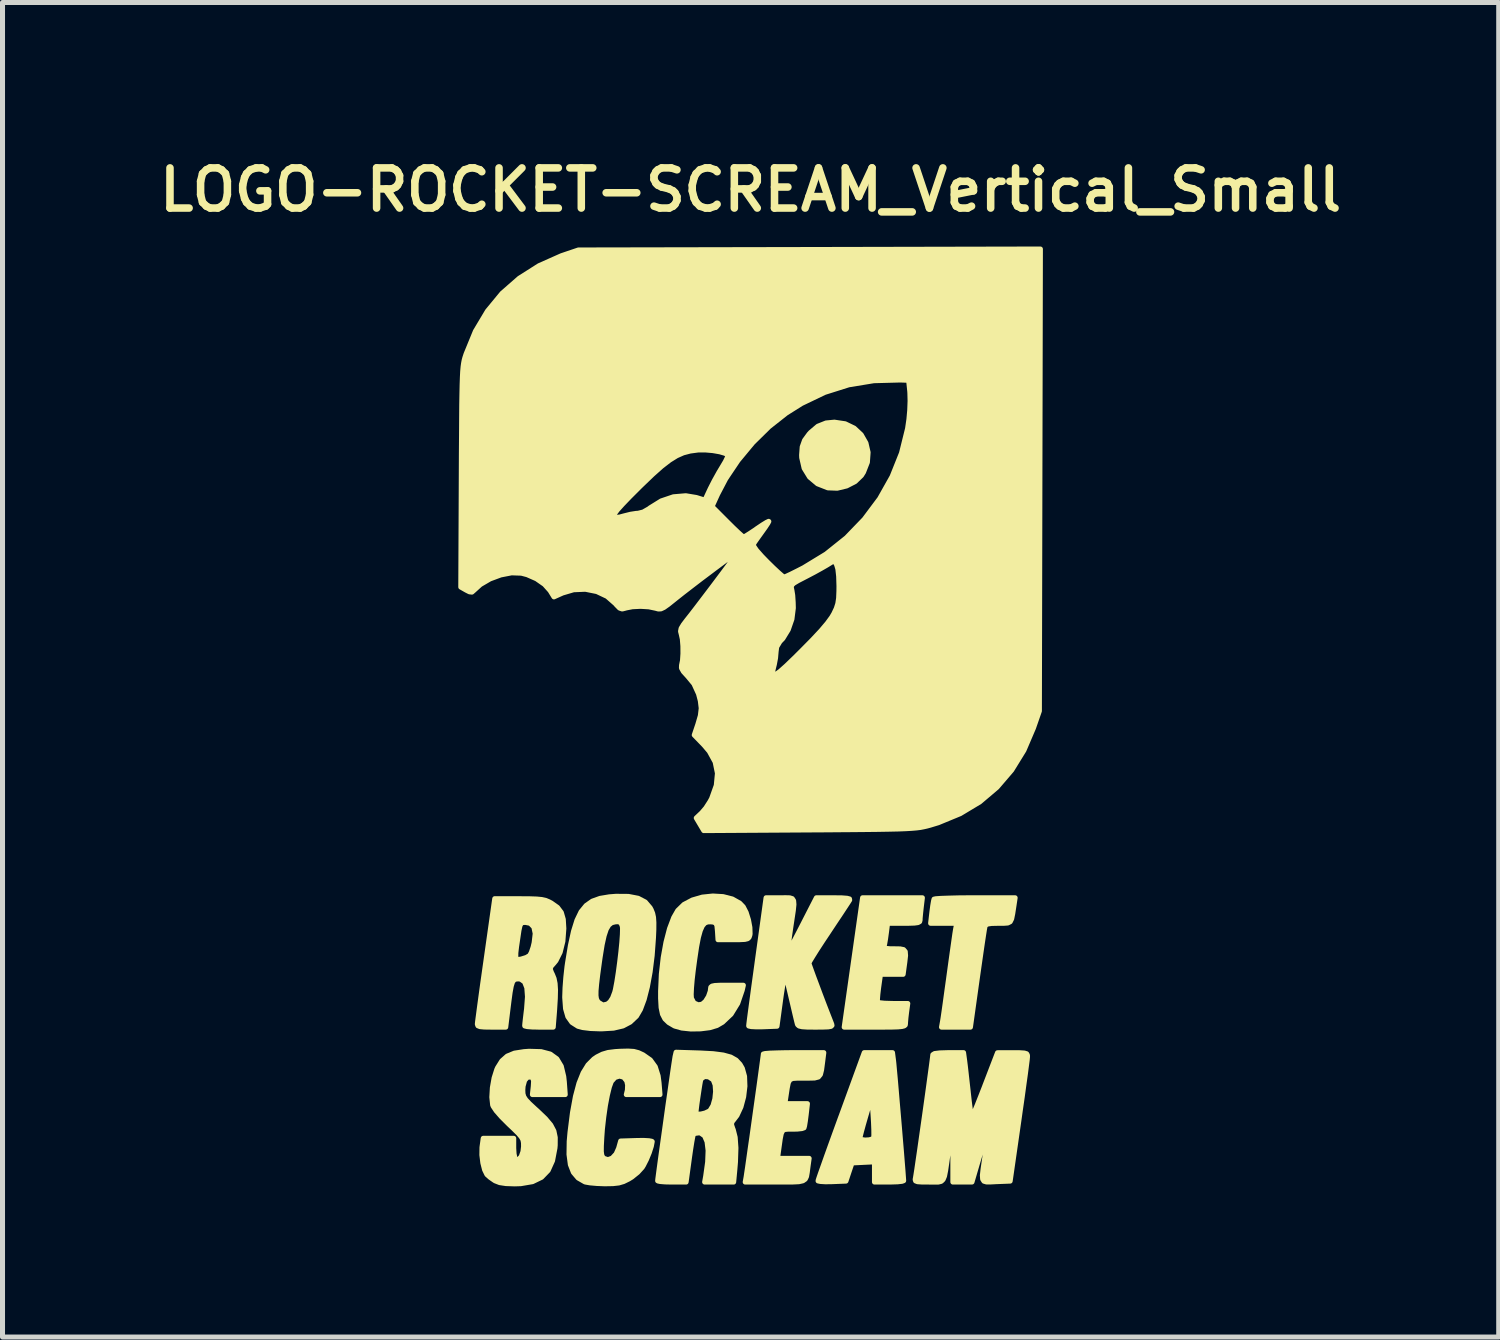
<source format=kicad_pcb>
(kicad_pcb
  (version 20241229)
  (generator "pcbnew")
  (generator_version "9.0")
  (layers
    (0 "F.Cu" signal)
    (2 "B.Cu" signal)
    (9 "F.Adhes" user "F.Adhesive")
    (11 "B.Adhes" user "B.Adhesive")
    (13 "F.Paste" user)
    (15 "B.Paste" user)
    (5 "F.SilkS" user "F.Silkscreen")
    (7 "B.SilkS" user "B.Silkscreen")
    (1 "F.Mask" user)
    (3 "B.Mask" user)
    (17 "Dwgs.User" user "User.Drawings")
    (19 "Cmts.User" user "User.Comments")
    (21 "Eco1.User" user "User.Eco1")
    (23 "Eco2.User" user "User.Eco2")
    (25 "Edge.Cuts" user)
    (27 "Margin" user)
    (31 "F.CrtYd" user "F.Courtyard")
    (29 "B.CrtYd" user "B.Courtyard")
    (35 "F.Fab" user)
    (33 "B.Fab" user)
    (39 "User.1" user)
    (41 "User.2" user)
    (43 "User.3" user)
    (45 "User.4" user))
  (footprint "LOGO-ROCKET-SCREAM_Vertical_Small"
    (layer "F.Cu")
    (at 11.897 11.526)
    (property "Reference" "LOGO-ROCKET-SCREAM_Vertical_Small" (at 0 -10.795 0) (layer "F.SilkS") (effects (font (size 0.8 0.8) (thickness 0.15))))
    (attr through_hole)
    (fp_poly (pts (xy 2.34 -5.568) (xy 2.326 -5.371) (xy 2.249 -5.174) (xy 2.207 -5.107) (xy 2.081 -4.986) (xy 1.912 -4.899) (xy 1.725 -4.854) (xy 1.544 -4.861) (xy 1.537 -4.862) (xy 1.333 -4.942) (xy 1.174 -5.076) (xy 1.066 -5.252) (xy 1.018 -5.462) (xy 1.016 -5.514) (xy 1.028 -5.678) (xy 1.074 -5.807) (xy 1.165 -5.932) (xy 1.193 -5.963) (xy 1.34 -6.088) (xy 1.503 -6.153) (xy 1.669 -6.169) (xy 1.883 -6.137) (xy 2.063 -6.05) (xy 2.203 -5.919) (xy 2.297 -5.754) (xy 2.34 -5.568)) (stroke (width 0.1) (type solid)) (fill yes) (layer "F.SilkS"))
    (fp_poly (pts (xy 5.268 3.302) (xy 5.245 3.456) (xy 5.22 3.618) (xy 5.199 3.721) (xy 5.17 3.779) (xy 5.122 3.804) (xy 5.042 3.81) (xy 4.934 3.81) (xy 4.798 3.813) (xy 4.719 3.825) (xy 4.679 3.849) (xy 4.668 3.873) (xy 4.658 3.925) (xy 4.64 4.039) (xy 4.615 4.204) (xy 4.585 4.411) (xy 4.551 4.649) (xy 4.514 4.908) (xy 4.378 5.878) (xy 4.09 5.878) (xy 3.802 5.878) (xy 3.823 5.76) (xy 3.834 5.691) (xy 3.853 5.561) (xy 3.878 5.384) (xy 3.907 5.172) (xy 3.94 4.936) (xy 3.955 4.826) (xy 3.988 4.585) (xy 4.019 4.363) (xy 4.046 4.172) (xy 4.067 4.024) (xy 4.082 3.931) (xy 4.086 3.91) (xy 4.106 3.81) (xy 3.846 3.81) (xy 3.585 3.81) (xy 3.611 3.583) (xy 3.627 3.461) (xy 3.643 3.368) (xy 3.653 3.329) (xy 3.692 3.321) (xy 3.794 3.314) (xy 3.946 3.309) (xy 4.14 3.304) (xy 4.363 3.302) (xy 4.468 3.302) (xy 5.268 3.302)) (stroke (width 0.1) (type solid)) (fill yes) (layer "F.SilkS"))
    (fp_poly (pts (xy 3.421 3.302) (xy 3.398 3.493) (xy 3.385 3.614) (xy 3.376 3.712) (xy 3.375 3.747) (xy 3.367 3.777) (xy 3.333 3.796) (xy 3.261 3.806) (xy 3.136 3.81) (xy 3.051 3.81) (xy 2.728 3.81) (xy 2.704 4) (xy 2.687 4.122) (xy 2.67 4.221) (xy 2.662 4.255) (xy 2.661 4.29) (xy 2.692 4.309) (xy 2.771 4.317) (xy 2.864 4.318) (xy 2.977 4.32) (xy 3.046 4.334) (xy 3.08 4.374) (xy 3.086 4.453) (xy 3.071 4.585) (xy 3.061 4.658) (xy 3.038 4.826) (xy 2.812 4.826) (xy 2.587 4.826) (xy 2.55 5.089) (xy 2.534 5.221) (xy 2.526 5.324) (xy 2.528 5.377) (xy 2.529 5.379) (xy 2.57 5.392) (xy 2.665 5.402) (xy 2.796 5.406) (xy 2.837 5.407) (xy 3.13 5.407) (xy 3.107 5.575) (xy 3.093 5.692) (xy 3.085 5.787) (xy 3.084 5.811) (xy 3.08 5.836) (xy 3.06 5.853) (xy 3.014 5.865) (xy 2.933 5.873) (xy 2.806 5.877) (xy 2.622 5.878) (xy 2.474 5.878) (xy 1.864 5.878) (xy 2.047 4.59) (xy 2.23 3.302) (xy 2.826 3.302) (xy 3.421 3.302)) (stroke (width 0.1) (type solid)) (fill yes) (layer "F.SilkS"))
    (fp_poly (pts (xy 3.048 8.936) (xy 3.015 8.948) (xy 2.926 8.958) (xy 2.799 8.962) (xy 2.758 8.963) (xy 2.467 8.963) (xy 2.467 8.761) (xy 2.467 8.56) (xy 2.455 8.561) (xy 2.455 8.03) (xy 2.454 7.921) (xy 2.448 7.774) (xy 2.44 7.64) (xy 2.413 7.243) (xy 2.295 7.646) (xy 2.248 7.809) (xy 2.21 7.948) (xy 2.185 8.047) (xy 2.177 8.089) (xy 2.208 8.116) (xy 2.279 8.127) (xy 2.363 8.122) (xy 2.43 8.103) (xy 2.45 8.083) (xy 2.455 8.03) (xy 2.455 8.561) (xy 2.244 8.571) (xy 2.02 8.582) (xy 1.959 8.763) (xy 1.899 8.944) (xy 1.621 8.955) (xy 1.489 8.957) (xy 1.391 8.951) (xy 1.344 8.941) (xy 1.343 8.937) (xy 1.355 8.898) (xy 1.389 8.798) (xy 1.443 8.646) (xy 1.513 8.448) (xy 1.597 8.214) (xy 1.693 7.949) (xy 1.797 7.663) (xy 1.803 7.648) (xy 2.263 6.386) (xy 2.544 6.386) (xy 2.826 6.386) (xy 2.846 6.54) (xy 2.853 6.604) (xy 2.864 6.727) (xy 2.88 6.899) (xy 2.898 7.108) (xy 2.918 7.345) (xy 2.94 7.599) (xy 2.962 7.858) (xy 2.983 8.112) (xy 3.003 8.35) (xy 3.02 8.562) (xy 3.034 8.736) (xy 3.043 8.862) (xy 3.048 8.93) (xy 3.048 8.936)) (stroke (width 0.1) (type solid)) (fill yes) (layer "F.SilkS"))
    (fp_poly (pts (xy 1.458 6.386) (xy 1.434 6.577) (xy 1.414 6.728) (xy 1.391 6.821) (xy 1.35 6.871) (xy 1.274 6.891) (xy 1.148 6.894) (xy 1.071 6.894) (xy 0.929 6.894) (xy 0.837 6.9) (xy 0.782 6.926) (xy 0.751 6.985) (xy 0.73 7.09) (xy 0.706 7.248) (xy 0.683 7.402) (xy 0.908 7.402) (xy 1.132 7.402) (xy 1.106 7.629) (xy 1.09 7.752) (xy 1.075 7.844) (xy 1.064 7.883) (xy 1.022 7.898) (xy 0.93 7.908) (xy 0.836 7.91) (xy 0.742 7.91) (xy 0.678 7.916) (xy 0.637 7.942) (xy 0.611 7.999) (xy 0.591 8.099) (xy 0.569 8.255) (xy 0.56 8.319) (xy 0.536 8.491) (xy 0.851 8.491) (xy 1.166 8.491) (xy 1.142 8.663) (xy 1.128 8.773) (xy 1.114 8.852) (xy 1.089 8.905) (xy 1.041 8.938) (xy 0.961 8.956) (xy 0.838 8.962) (xy 0.661 8.963) (xy 0.488 8.963) (xy -0.107 8.963) (xy -0.089 8.863) (xy -0.08 8.801) (xy -0.062 8.682) (xy -0.038 8.513) (xy -0.009 8.307) (xy 0.025 8.073) (xy 0.06 7.822) (xy 0.096 7.564) (xy 0.132 7.308) (xy 0.166 7.066) (xy 0.196 6.847) (xy 0.221 6.663) (xy 0.24 6.522) (xy 0.252 6.435) (xy 0.254 6.413) (xy 0.288 6.404) (xy 0.383 6.396) (xy 0.527 6.391) (xy 0.707 6.387) (xy 0.856 6.386) (xy 1.458 6.386)) (stroke (width 0.1) (type solid)) (fill yes) (layer "F.SilkS"))
    (fp_poly (pts (xy -1.804 7.221) (xy -2.14 7.221) (xy -2.475 7.221) (xy -2.453 7.133) (xy -2.449 7.03) (xy -2.466 6.951) (xy -2.526 6.875) (xy -2.612 6.852) (xy -2.702 6.881) (xy -2.773 6.961) (xy -2.812 7.068) (xy -2.852 7.232) (xy -2.891 7.437) (xy -2.924 7.667) (xy -2.951 7.907) (xy -2.963 8.074) (xy -2.972 8.244) (xy -2.973 8.356) (xy -2.964 8.426) (xy -2.944 8.468) (xy -2.923 8.49) (xy -2.841 8.518) (xy -2.755 8.486) (xy -2.678 8.403) (xy -2.628 8.29) (xy -2.588 8.146) (xy -2.274 8.136) (xy -2.133 8.134) (xy -2.025 8.14) (xy -1.966 8.151) (xy -1.959 8.157) (xy -1.976 8.248) (xy -2.017 8.376) (xy -2.073 8.512) (xy -2.134 8.632) (xy -2.158 8.671) (xy -2.248 8.77) (xy -2.368 8.866) (xy -2.428 8.903) (xy -2.53 8.953) (xy -2.625 8.981) (xy -2.74 8.994) (xy -2.902 8.997) (xy -2.908 8.997) (xy -3.061 8.991) (xy -3.196 8.979) (xy -3.288 8.963) (xy -3.302 8.958) (xy -3.434 8.882) (xy -3.529 8.77) (xy -3.589 8.616) (xy -3.616 8.412) (xy -3.612 8.152) (xy -3.596 7.973) (xy -3.547 7.583) (xy -3.488 7.259) (xy -3.418 6.996) (xy -3.335 6.788) (xy -3.237 6.629) (xy -3.121 6.513) (xy -3.058 6.47) (xy -2.95 6.416) (xy -2.838 6.383) (xy -2.694 6.365) (xy -2.598 6.359) (xy -2.439 6.355) (xy -2.326 6.362) (xy -2.235 6.386) (xy -2.142 6.429) (xy -1.996 6.531) (xy -1.898 6.667) (xy -1.841 6.849) (xy -1.823 6.987) (xy -1.804 7.221)) (stroke (width 0.1) (type solid)) (fill yes) (layer "F.SilkS"))
    (fp_poly (pts (xy -0.01 4.019) (xy -0.015 4.048) (xy -0.03 4.091) (xy -0.058 4.117) (xy -0.115 4.131) (xy -0.216 4.136) (xy -0.343 4.137) (xy -0.649 4.137) (xy -0.66 3.964) (xy -0.67 3.86) (xy -0.692 3.807) (xy -0.74 3.786) (xy -0.787 3.781) (xy -0.856 3.782) (xy -0.913 3.806) (xy -0.96 3.861) (xy -1.001 3.953) (xy -1.039 4.089) (xy -1.075 4.278) (xy -1.112 4.526) (xy -1.142 4.749) (xy -1.163 4.931) (xy -1.177 5.096) (xy -1.183 5.225) (xy -1.179 5.301) (xy -1.179 5.301) (xy -1.129 5.396) (xy -1.042 5.434) (xy -0.965 5.421) (xy -0.9 5.366) (xy -0.84 5.27) (xy -0.803 5.163) (xy -0.798 5.118) (xy -0.793 5.083) (xy -0.769 5.061) (xy -0.711 5.049) (xy -0.607 5.044) (xy -0.471 5.044) (xy -0.144 5.044) (xy -0.167 5.144) (xy -0.256 5.404) (xy -0.388 5.619) (xy -0.558 5.78) (xy -0.671 5.846) (xy -0.815 5.889) (xy -0.997 5.912) (xy -1.19 5.915) (xy -1.37 5.896) (xy -1.509 5.857) (xy -1.521 5.851) (xy -1.63 5.787) (xy -1.706 5.714) (xy -1.755 5.619) (xy -1.782 5.488) (xy -1.792 5.307) (xy -1.792 5.159) (xy -1.777 4.821) (xy -1.74 4.493) (xy -1.685 4.188) (xy -1.615 3.918) (xy -1.531 3.696) (xy -1.451 3.556) (xy -1.327 3.435) (xy -1.158 3.346) (xy -0.962 3.289) (xy -0.753 3.267) (xy -0.548 3.279) (xy -0.364 3.326) (xy -0.215 3.41) (xy -0.146 3.482) (xy -0.088 3.595) (xy -0.042 3.742) (xy -0.014 3.893) (xy -0.01 4.019)) (stroke (width 0.1) (type solid)) (fill yes) (layer "F.SilkS"))
    (fp_poly (pts (xy -1.926 3.795) (xy -1.927 3.94) (xy -1.934 4.098) (xy -1.96 4.451) (xy -2.001 4.78) (xy -2.055 5.074) (xy -2.119 5.325) (xy -2.193 5.524) (xy -2.272 5.659) (xy -2.276 5.663) (xy -2.398 5.778) (xy -2.544 5.855) (xy -2.55 5.856) (xy -2.55 3.916) (xy -2.554 3.87) (xy -2.582 3.8) (xy -2.634 3.778) (xy -2.695 3.781) (xy -2.767 3.799) (xy -2.825 3.846) (xy -2.874 3.929) (xy -2.916 4.056) (xy -2.956 4.236) (xy -2.995 4.477) (xy -3.01 4.581) (xy -3.044 4.83) (xy -3.066 5.017) (xy -3.078 5.154) (xy -3.079 5.249) (xy -3.07 5.314) (xy -3.05 5.358) (xy -3.027 5.386) (xy -2.941 5.438) (xy -2.853 5.419) (xy -2.798 5.374) (xy -2.749 5.298) (xy -2.706 5.184) (xy -2.692 5.129) (xy -2.663 4.974) (xy -2.634 4.787) (xy -2.607 4.584) (xy -2.583 4.38) (xy -2.564 4.19) (xy -2.553 4.031) (xy -2.55 3.916) (xy -2.55 5.856) (xy -2.729 5.898) (xy -2.967 5.912) (xy -2.994 5.912) (xy -3.187 5.905) (xy -3.343 5.886) (xy -3.437 5.861) (xy -3.558 5.784) (xy -3.639 5.67) (xy -3.685 5.51) (xy -3.701 5.292) (xy -3.701 5.27) (xy -3.695 5.095) (xy -3.679 4.884) (xy -3.656 4.674) (xy -3.645 4.599) (xy -3.588 4.253) (xy -3.527 3.972) (xy -3.458 3.75) (xy -3.376 3.58) (xy -3.275 3.456) (xy -3.151 3.369) (xy -2.998 3.314) (xy -2.812 3.283) (xy -2.682 3.273) (xy -2.432 3.275) (xy -2.24 3.312) (xy -2.098 3.386) (xy -2 3.501) (xy -1.979 3.54) (xy -1.95 3.612) (xy -1.933 3.691) (xy -1.926 3.795)) (stroke (width 0.1) (type solid)) (fill yes) (layer "F.SilkS"))
    (fp_poly (pts (xy -3.691 7.221) (xy -4.018 7.221) (xy -4.345 7.221) (xy -4.327 7.058) (xy -4.321 6.952) (xy -4.336 6.896) (xy -4.373 6.871) (xy -4.445 6.875) (xy -4.5 6.94) (xy -4.531 7.055) (xy -4.536 7.133) (xy -4.533 7.204) (xy -4.516 7.263) (xy -4.478 7.323) (xy -4.407 7.399) (xy -4.294 7.504) (xy -4.248 7.545) (xy -4.088 7.698) (xy -3.98 7.826) (xy -3.917 7.946) (xy -3.89 8.075) (xy -3.891 8.23) (xy -3.896 8.287) (xy -3.944 8.538) (xy -4.031 8.731) (xy -4.163 8.868) (xy -4.343 8.955) (xy -4.577 8.995) (xy -4.698 8.999) (xy -4.873 8.993) (xy -4.996 8.974) (xy -5.086 8.939) (xy -5.098 8.932) (xy -5.186 8.871) (xy -5.249 8.815) (xy -5.251 8.813) (xy -5.297 8.719) (xy -5.332 8.581) (xy -5.351 8.424) (xy -5.349 8.276) (xy -5.347 8.257) (xy -5.324 8.092) (xy -5.021 8.092) (xy -4.717 8.092) (xy -4.717 8.289) (xy -4.71 8.403) (xy -4.693 8.486) (xy -4.677 8.511) (xy -4.62 8.513) (xy -4.568 8.457) (xy -4.533 8.358) (xy -4.521 8.257) (xy -4.522 8.183) (xy -4.533 8.123) (xy -4.565 8.065) (xy -4.625 7.994) (xy -4.724 7.896) (xy -4.815 7.81) (xy -4.959 7.666) (xy -5.066 7.544) (xy -5.127 7.452) (xy -5.137 7.426) (xy -5.153 7.273) (xy -5.142 7.084) (xy -5.108 6.891) (xy -5.055 6.723) (xy -5.039 6.687) (xy -4.953 6.55) (xy -4.846 6.455) (xy -4.703 6.396) (xy -4.511 6.366) (xy -4.412 6.359) (xy -4.172 6.366) (xy -3.99 6.414) (xy -3.858 6.509) (xy -3.77 6.656) (xy -3.721 6.861) (xy -3.709 6.97) (xy -3.691 7.221)) (stroke (width 0.1) (type solid)) (fill yes) (layer "F.SilkS"))
    (fp_poly (pts (xy -0.113 7.055) (xy -0.138 7.265) (xy -0.192 7.467) (xy -0.271 7.637) (xy -0.329 7.713) (xy -0.373 7.769) (xy -0.38 7.821) (xy -0.353 7.902) (xy -0.345 7.921) (xy -0.307 8.072) (xy -0.292 8.284) (xy -0.301 8.561) (xy -0.314 8.718) (xy -0.337 8.963) (xy -0.626 8.963) (xy -0.697 8.963) (xy -0.697 7.163) (xy -0.706 7.029) (xy -0.742 6.933) (xy -0.749 6.924) (xy -0.832 6.868) (xy -0.916 6.861) (xy -0.979 6.901) (xy -0.996 6.94) (xy -1.011 7.022) (xy -1.03 7.144) (xy -1.051 7.284) (xy -1.07 7.419) (xy -1.083 7.527) (xy -1.089 7.586) (xy -1.06 7.61) (xy -0.99 7.609) (xy -0.904 7.588) (xy -0.828 7.552) (xy -0.805 7.534) (xy -0.749 7.44) (xy -0.712 7.308) (xy -0.697 7.163) (xy -0.697 8.963) (xy -0.915 8.963) (xy -0.894 8.845) (xy -0.855 8.565) (xy -0.846 8.336) (xy -0.867 8.16) (xy -0.917 8.043) (xy -0.996 7.987) (xy -1.03 7.983) (xy -1.106 7.994) (xy -1.139 8.013) (xy -1.151 8.059) (xy -1.17 8.161) (xy -1.193 8.307) (xy -1.218 8.48) (xy -1.221 8.503) (xy -1.284 8.963) (xy -1.568 8.963) (xy -1.7 8.96) (xy -1.8 8.952) (xy -1.848 8.941) (xy -1.851 8.938) (xy -1.846 8.893) (xy -1.832 8.786) (xy -1.811 8.628) (xy -1.784 8.43) (xy -1.752 8.2) (xy -1.717 7.951) (xy -1.681 7.691) (xy -1.645 7.432) (xy -1.609 7.183) (xy -1.577 6.956) (xy -1.549 6.76) (xy -1.526 6.605) (xy -1.51 6.502) (xy -1.504 6.464) (xy -1.484 6.378) (xy -1.005 6.393) (xy -0.744 6.407) (xy -0.545 6.433) (xy -0.396 6.474) (xy -0.288 6.535) (xy -0.21 6.619) (xy -0.164 6.699) (xy -0.12 6.858) (xy -0.113 7.055)) (stroke (width 0.1) (type solid)) (fill yes) (layer "F.SilkS"))
    (fp_poly (pts (xy 1.973 3.347) (xy 1.973 3.347) (xy 1.945 3.391) (xy 1.884 3.484) (xy 1.796 3.618) (xy 1.687 3.781) (xy 1.565 3.965) (xy 1.554 3.982) (xy 1.432 4.165) (xy 1.326 4.328) (xy 1.242 4.462) (xy 1.185 4.556) (xy 1.161 4.601) (xy 1.161 4.602) (xy 1.173 4.643) (xy 1.207 4.738) (xy 1.257 4.876) (xy 1.32 5.044) (xy 1.389 5.229) (xy 1.461 5.419) (xy 1.531 5.6) (xy 1.594 5.761) (xy 1.615 5.815) (xy 1.621 5.844) (xy 1.601 5.863) (xy 1.544 5.873) (xy 1.437 5.877) (xy 1.294 5.878) (xy 1.131 5.877) (xy 1.026 5.87) (xy 0.966 5.856) (xy 0.938 5.832) (xy 0.931 5.815) (xy 0.916 5.755) (xy 0.889 5.642) (xy 0.854 5.492) (xy 0.817 5.334) (xy 0.777 5.163) (xy 0.741 5.012) (xy 0.713 4.899) (xy 0.698 4.844) (xy 0.685 4.851) (xy 0.666 4.921) (xy 0.641 5.046) (xy 0.614 5.218) (xy 0.6 5.316) (xy 0.526 5.86) (xy 0.245 5.871) (xy 0.112 5.872) (xy 0.013 5.867) (xy -0.036 5.856) (xy -0.038 5.853) (xy -0.034 5.811) (xy -0.021 5.706) (xy 0.000173 5.546) (xy 0.028 5.339) (xy 0.061 5.094) (xy 0.099 4.819) (xy 0.134 4.563) (xy 0.308 3.302) (xy 0.59 3.302) (xy 0.7 3.301) (xy 0.779 3.303) (xy 0.83 3.319) (xy 0.857 3.36) (xy 0.863 3.435) (xy 0.851 3.554) (xy 0.825 3.727) (xy 0.799 3.9) (xy 0.774 4.075) (xy 0.755 4.223) (xy 0.743 4.329) (xy 0.74 4.379) (xy 0.741 4.381) (xy 0.76 4.355) (xy 0.807 4.273) (xy 0.875 4.148) (xy 0.958 3.989) (xy 1.031 3.847) (xy 1.31 3.302) (xy 1.655 3.302) (xy 1.82 3.304) (xy 1.922 3.312) (xy 1.97 3.325) (xy 1.973 3.347)) (stroke (width 0.1) (type solid)) (fill yes) (layer "F.SilkS"))
    (fp_poly (pts (xy -3.719 3.915) (xy -3.738 4.169) (xy -3.792 4.387) (xy -3.876 4.555) (xy -3.915 4.603) (xy -3.975 4.671) (xy -3.99 4.722) (xy -3.965 4.79) (xy -3.946 4.828) (xy -3.913 4.91) (xy -3.893 5.009) (xy -3.885 5.137) (xy -3.889 5.309) (xy -3.903 5.536) (xy -3.906 5.579) (xy -3.93 5.878) (xy -4.215 5.878) (xy -4.289 5.876) (xy -4.289 4.014) (xy -4.316 3.885) (xy -4.388 3.811) (xy -4.482 3.792) (xy -4.536 3.795) (xy -4.57 3.813) (xy -4.593 3.86) (xy -4.613 3.953) (xy -4.632 4.082) (xy -4.66 4.272) (xy -4.675 4.401) (xy -4.676 4.48) (xy -4.661 4.52) (xy -4.629 4.531) (xy -4.578 4.524) (xy -4.563 4.521) (xy -4.467 4.491) (xy -4.4 4.452) (xy -4.4 4.452) (xy -4.367 4.392) (xy -4.332 4.288) (xy -4.31 4.196) (xy -4.289 4.014) (xy -4.289 5.876) (xy -4.348 5.875) (xy -4.448 5.867) (xy -4.497 5.855) (xy -4.499 5.851) (xy -4.495 5.805) (xy -4.484 5.705) (xy -4.468 5.57) (xy -4.461 5.515) (xy -4.443 5.273) (xy -4.456 5.094) (xy -4.501 4.978) (xy -4.578 4.923) (xy -4.624 4.917) (xy -4.675 4.921) (xy -4.713 4.939) (xy -4.742 4.983) (xy -4.766 5.061) (xy -4.789 5.186) (xy -4.813 5.366) (xy -4.829 5.495) (xy -4.876 5.878) (xy -5.159 5.878) (xy -5.303 5.876) (xy -5.388 5.868) (xy -5.43 5.851) (xy -5.441 5.821) (xy -5.441 5.815) (xy -5.436 5.765) (xy -5.421 5.652) (xy -5.399 5.485) (xy -5.37 5.272) (xy -5.336 5.023) (xy -5.297 4.747) (xy -5.267 4.536) (xy -5.095 3.32) (xy -4.607 3.321) (xy -4.405 3.322) (xy -4.26 3.327) (xy -4.158 3.337) (xy -4.081 3.354) (xy -4.015 3.382) (xy -3.968 3.407) (xy -3.846 3.493) (xy -3.769 3.595) (xy -3.73 3.731) (xy -3.719 3.915)) (stroke (width 0.1) (type solid)) (fill yes) (layer "F.SilkS"))
    (fp_poly (pts (xy 5.514 6.468) (xy 5.509 6.523) (xy 5.494 6.64) (xy 5.472 6.811) (xy 5.442 7.026) (xy 5.408 7.277) (xy 5.368 7.554) (xy 5.341 7.747) (xy 5.169 8.944) (xy 4.889 8.955) (xy 4.777 8.961) (xy 4.698 8.961) (xy 4.647 8.946) (xy 4.621 8.906) (xy 4.616 8.83) (xy 4.629 8.709) (xy 4.655 8.532) (xy 4.678 8.382) (xy 4.702 8.21) (xy 4.722 8.066) (xy 4.733 7.965) (xy 4.736 7.919) (xy 4.736 7.918) (xy 4.722 7.946) (xy 4.691 8.033) (xy 4.647 8.168) (xy 4.592 8.342) (xy 4.532 8.542) (xy 4.475 8.736) (xy 4.409 8.962) (xy 4.218 8.963) (xy 4.028 8.963) (xy 4.028 8.43) (xy 4.027 8.245) (xy 4.024 8.089) (xy 4.02 7.976) (xy 4.015 7.918) (xy 4.013 7.913) (xy 4.002 7.953) (xy 3.984 8.05) (xy 3.962 8.189) (xy 3.939 8.346) (xy 3.908 8.57) (xy 3.884 8.733) (xy 3.862 8.844) (xy 3.834 8.912) (xy 3.796 8.949) (xy 3.74 8.963) (xy 3.661 8.964) (xy 3.553 8.963) (xy 3.552 8.963) (xy 3.409 8.962) (xy 3.325 8.956) (xy 3.286 8.941) (xy 3.277 8.913) (xy 3.283 8.881) (xy 3.292 8.826) (xy 3.31 8.711) (xy 3.334 8.546) (xy 3.364 8.342) (xy 3.397 8.109) (xy 3.433 7.857) (xy 3.47 7.597) (xy 3.506 7.34) (xy 3.54 7.095) (xy 3.57 6.874) (xy 3.596 6.685) (xy 3.615 6.541) (xy 3.626 6.452) (xy 3.629 6.427) (xy 3.664 6.404) (xy 3.77 6.391) (xy 3.935 6.386) (xy 4.241 6.386) (xy 4.262 6.54) (xy 4.274 6.635) (xy 4.291 6.783) (xy 4.311 6.964) (xy 4.333 7.159) (xy 4.335 7.18) (xy 4.355 7.359) (xy 4.374 7.51) (xy 4.389 7.621) (xy 4.4 7.676) (xy 4.401 7.679) (xy 4.418 7.652) (xy 4.456 7.566) (xy 4.512 7.433) (xy 4.58 7.262) (xy 4.658 7.063) (xy 4.666 7.041) (xy 4.917 6.388) (xy 5.216 6.387) (xy 5.363 6.388) (xy 5.452 6.394) (xy 5.497 6.408) (xy 5.513 6.436) (xy 5.514 6.468)) (stroke (width 0.1) (type solid)) (fill yes) (layer "F.SilkS"))
    (fp_poly (pts (xy 5.771 -9.617) (xy 5.761 -5.017) (xy 5.751 -0.417) (xy 5.633 -0.078) (xy 5.443 0.366) (xy 5.2 0.76) (xy 4.907 1.102) (xy 4.565 1.392) (xy 4.174 1.627) (xy 3.738 1.807) (xy 3.574 1.857) (xy 3.511 1.874) (xy 3.449 1.888) (xy 3.382 1.901) (xy 3.304 1.911) (xy 3.209 1.919) (xy 3.176 1.921) (xy 3.176 -6.593) (xy 3.172 -6.749) (xy 3.17 -6.78) (xy 3.147 -7.003) (xy 2.979 -7.009) (xy 2.454 -6.995) (xy 1.954 -6.913) (xy 1.476 -6.762) (xy 1.017 -6.542) (xy 0.708 -6.348) (xy 0.367 -6.079) (xy 0.043 -5.76) (xy -0.25 -5.407) (xy -0.453 -5.105) (xy -0.453 -5.514) (xy -0.507 -5.548) (xy -0.613 -5.579) (xy -0.751 -5.603) (xy -0.899 -5.616) (xy -1.037 -5.616) (xy -1.054 -5.614) (xy -1.204 -5.594) (xy -1.341 -5.558) (xy -1.474 -5.499) (xy -1.614 -5.412) (xy -1.771 -5.291) (xy -1.954 -5.128) (xy -2.173 -4.918) (xy -2.217 -4.875) (xy -2.41 -4.682) (xy -2.553 -4.533) (xy -2.651 -4.424) (xy -2.706 -4.351) (xy -2.723 -4.308) (xy -2.72 -4.298) (xy -2.68 -4.274) (xy -2.61 -4.279) (xy -2.515 -4.304) (xy -2.39 -4.335) (xy -2.275 -4.353) (xy -2.242 -4.354) (xy -2.138 -4.38) (xy -2.021 -4.447) (xy -2.003 -4.462) (xy -1.779 -4.601) (xy -1.537 -4.683) (xy -1.291 -4.704) (xy -1.081 -4.669) (xy -0.91 -4.616) (xy -0.804 -4.844) (xy -0.723 -5.003) (xy -0.628 -5.174) (xy -0.566 -5.277) (xy -0.502 -5.385) (xy -0.461 -5.47) (xy -0.453 -5.514) (xy -0.453 -5.105) (xy -0.497 -5.038) (xy -0.656 -4.735) (xy -0.768 -4.489) (xy -0.466 -4.186) (xy -0.346 -4.067) (xy -0.244 -3.97) (xy -0.171 -3.905) (xy -0.139 -3.883) (xy -0.098 -3.902) (xy -0.015 -3.954) (xy 0.095 -4.027) (xy 0.125 -4.049) (xy 0.235 -4.123) (xy 0.318 -4.174) (xy 0.36 -4.194) (xy 0.363 -4.192) (xy 0.343 -4.154) (xy 0.291 -4.075) (xy 0.224 -3.981) (xy 0.148 -3.875) (xy 0.086 -3.787) (xy 0.057 -3.743) (xy 0.063 -3.698) (xy 0.118 -3.618) (xy 0.224 -3.498) (xy 0.33 -3.389) (xy 0.451 -3.27) (xy 0.555 -3.173) (xy 0.631 -3.107) (xy 0.666 -3.084) (xy 0.71 -3.1) (xy 0.803 -3.143) (xy 0.931 -3.207) (xy 1.056 -3.271) (xy 1.504 -3.544) (xy 1.909 -3.868) (xy 2.265 -4.237) (xy 2.57 -4.645) (xy 2.818 -5.086) (xy 3.005 -5.553) (xy 3.126 -6.041) (xy 3.153 -6.226) (xy 3.169 -6.407) (xy 3.176 -6.593) (xy 3.176 1.921) (xy 3.09 1.926) (xy 2.941 1.932) (xy 2.756 1.936) (xy 2.528 1.94) (xy 2.251 1.943) (xy 1.92 1.946) (xy 1.76 1.947) (xy 1.76 -2.903) (xy 1.754 -3.099) (xy 1.738 -3.245) (xy 1.713 -3.33) (xy 1.666 -3.413) (xy 1.513 -3.319) (xy 1.407 -3.258) (xy 1.264 -3.179) (xy 1.11 -3.098) (xy 1.077 -3.081) (xy 0.942 -3.011) (xy 0.86 -2.962) (xy 0.82 -2.923) (xy 0.81 -2.882) (xy 0.821 -2.828) (xy 0.823 -2.82) (xy 0.839 -2.72) (xy 0.848 -2.582) (xy 0.851 -2.467) (xy 0.823 -2.246) (xy 0.75 -2.036) (xy 0.643 -1.861) (xy 0.584 -1.8) (xy 0.52 -1.693) (xy 0.508 -1.6) (xy 0.497 -1.473) (xy 0.472 -1.34) (xy 0.469 -1.33) (xy 0.444 -1.226) (xy 0.439 -1.159) (xy 0.459 -1.133) (xy 0.508 -1.149) (xy 0.59 -1.209) (xy 0.71 -1.316) (xy 0.873 -1.473) (xy 1.014 -1.613) (xy 1.234 -1.836) (xy 1.404 -2.018) (xy 1.529 -2.166) (xy 1.616 -2.285) (xy 1.657 -2.355) (xy 1.707 -2.461) (xy 1.737 -2.556) (xy 1.753 -2.663) (xy 1.759 -2.807) (xy 1.76 -2.903) (xy 1.76 1.947) (xy 1.527 1.949) (xy 1.175 1.951) (xy -0.933 1.964) (xy -1.008 1.838) (xy -1.082 1.713) (xy -0.972 1.609) (xy -0.891 1.514) (xy -0.81 1.388) (xy -0.776 1.325) (xy -0.683 1.064) (xy -0.66 0.823) (xy -0.706 0.598) (xy -0.822 0.386) (xy -0.929 0.26) (xy -1.122 0.061) (xy -1.051 -0.15) (xy -1 -0.326) (xy -0.983 -0.472) (xy -1.001 -0.621) (xy -1.037 -0.759) (xy -1.129 -0.96) (xy -1.248 -1.104) (xy -1.338 -1.203) (xy -1.377 -1.273) (xy -1.375 -1.328) (xy -1.356 -1.422) (xy -1.347 -1.559) (xy -1.348 -1.71) (xy -1.359 -1.849) (xy -1.38 -1.944) (xy -1.395 -2.004) (xy -1.384 -2.062) (xy -1.339 -2.137) (xy -1.27 -2.228) (xy -1.187 -2.333) (xy -1.08 -2.472) (xy -0.956 -2.635) (xy -0.823 -2.81) (xy -0.688 -2.989) (xy -0.56 -3.16) (xy -0.447 -3.312) (xy -0.355 -3.437) (xy -0.294 -3.522) (xy -0.271 -3.556) (xy -0.257 -3.591) (xy -0.29 -3.573) (xy -0.292 -3.571) (xy -0.339 -3.536) (xy -0.432 -3.466) (xy -0.56 -3.37) (xy -0.712 -3.257) (xy -0.798 -3.192) (xy -0.982 -3.054) (xy -1.171 -2.909) (xy -1.346 -2.774) (xy -1.486 -2.663) (xy -1.516 -2.639) (xy -1.641 -2.539) (xy -1.726 -2.479) (xy -1.786 -2.451) (xy -1.837 -2.449) (xy -1.893 -2.464) (xy -2.026 -2.492) (xy -2.191 -2.502) (xy -2.354 -2.494) (xy -2.482 -2.469) (xy -2.489 -2.466) (xy -2.556 -2.449) (xy -2.608 -2.466) (xy -2.671 -2.53) (xy -2.691 -2.554) (xy -2.856 -2.699) (xy -3.061 -2.796) (xy -3.29 -2.842) (xy -3.525 -2.832) (xy -3.745 -2.767) (xy -3.916 -2.69) (xy -3.993 -2.815) (xy -4.104 -2.939) (xy -4.263 -3.05) (xy -4.449 -3.132) (xy -4.564 -3.162) (xy -4.759 -3.169) (xy -4.976 -3.127) (xy -5.191 -3.047) (xy -5.381 -2.936) (xy -5.511 -2.818) (xy -5.549 -2.785) (xy -5.599 -2.791) (xy -5.664 -2.824) (xy -5.771 -2.885) (xy -5.761 -5.08) (xy -5.759 -5.534) (xy -5.756 -5.921) (xy -5.754 -6.247) (xy -5.752 -6.519) (xy -5.748 -6.743) (xy -5.744 -6.924) (xy -5.739 -7.068) (xy -5.733 -7.182) (xy -5.725 -7.272) (xy -5.715 -7.343) (xy -5.704 -7.401) (xy -5.69 -7.453) (xy -5.673 -7.505) (xy -5.665 -7.529) (xy -5.48 -7.98) (xy -5.24 -8.382) (xy -4.949 -8.735) (xy -4.605 -9.036) (xy -4.211 -9.286) (xy -3.768 -9.483) (xy -3.683 -9.512) (xy -3.429 -9.598) (xy 1.171 -9.607) (xy 5.771 -9.617)) (stroke (width 0.1) (type solid)) (fill yes) (layer "F.SilkS")))
  (gr_rect
    (start -3 -3)
    (end 26.795 23.575)
    (stroke (width 0.1) (type default))
    (fill no)
    (layer "Edge.Cuts")))
</source>
